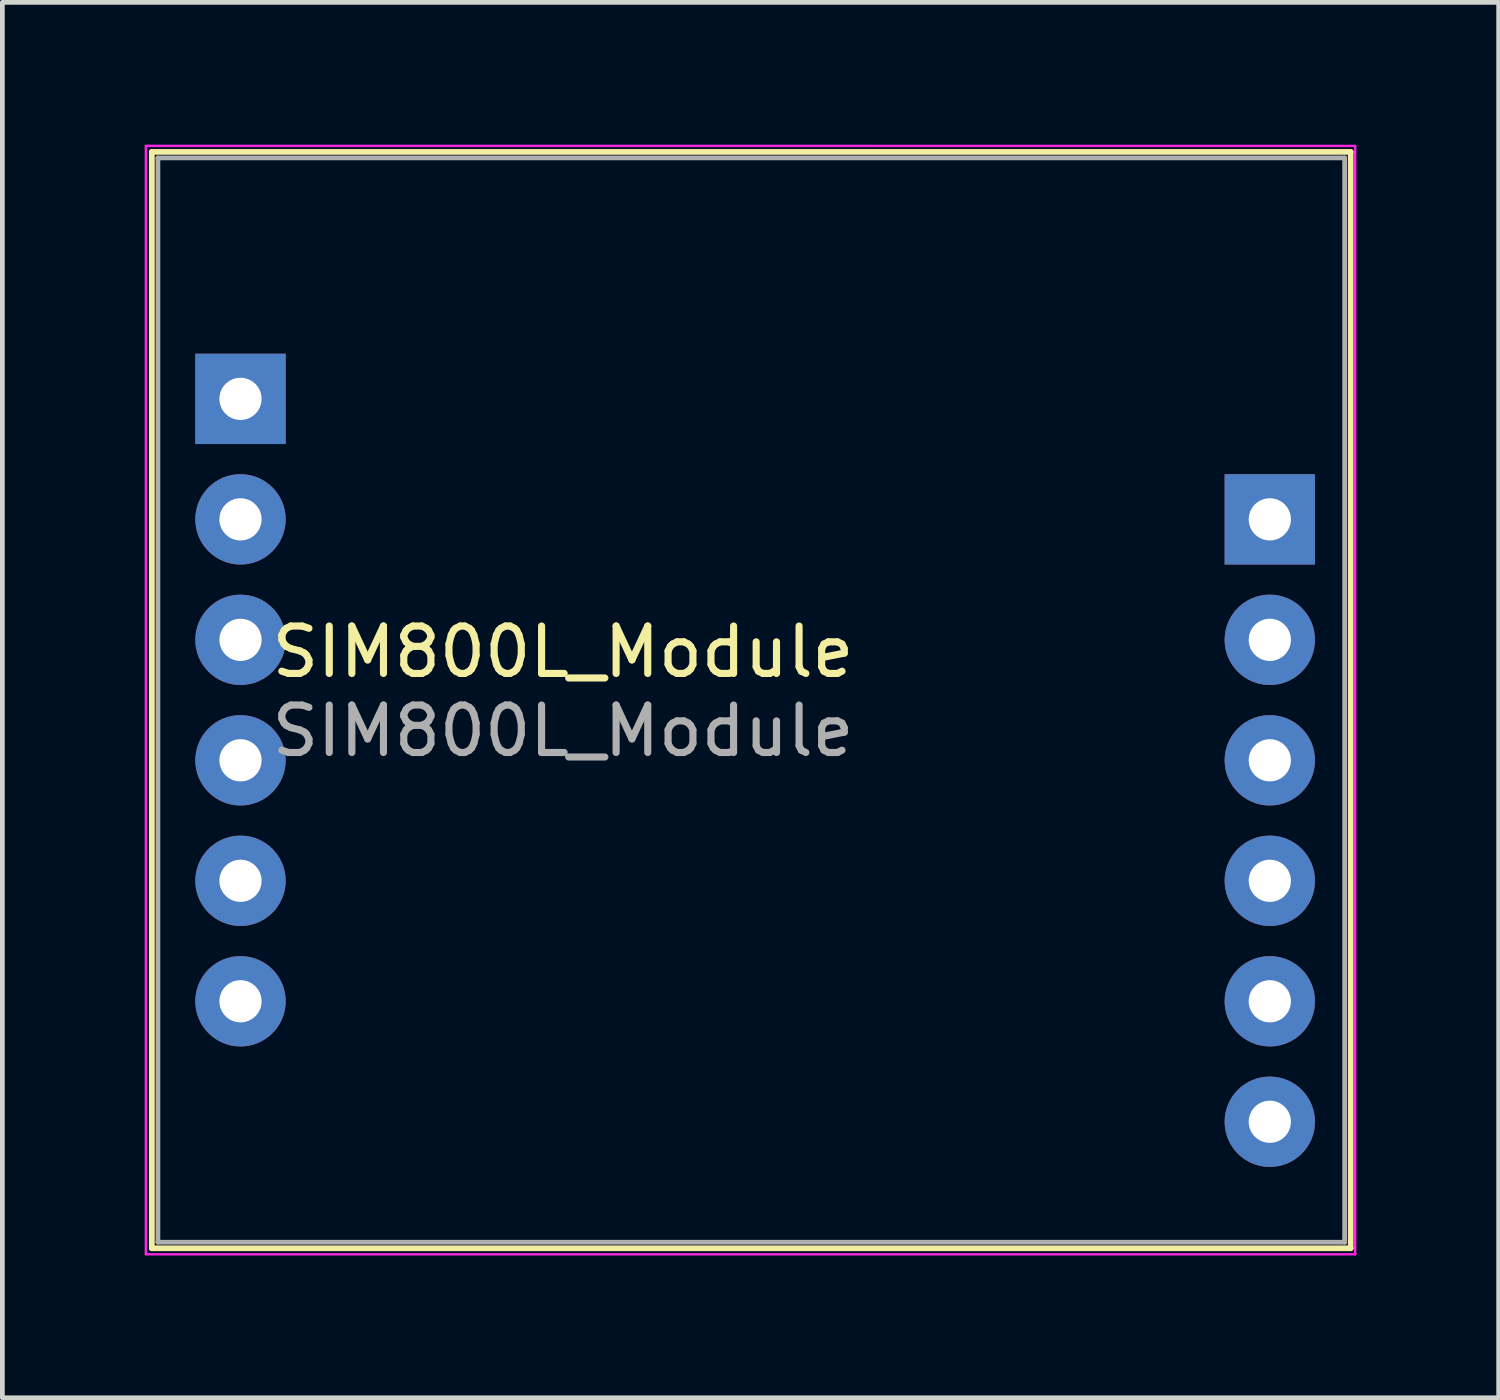
<source format=kicad_pcb>
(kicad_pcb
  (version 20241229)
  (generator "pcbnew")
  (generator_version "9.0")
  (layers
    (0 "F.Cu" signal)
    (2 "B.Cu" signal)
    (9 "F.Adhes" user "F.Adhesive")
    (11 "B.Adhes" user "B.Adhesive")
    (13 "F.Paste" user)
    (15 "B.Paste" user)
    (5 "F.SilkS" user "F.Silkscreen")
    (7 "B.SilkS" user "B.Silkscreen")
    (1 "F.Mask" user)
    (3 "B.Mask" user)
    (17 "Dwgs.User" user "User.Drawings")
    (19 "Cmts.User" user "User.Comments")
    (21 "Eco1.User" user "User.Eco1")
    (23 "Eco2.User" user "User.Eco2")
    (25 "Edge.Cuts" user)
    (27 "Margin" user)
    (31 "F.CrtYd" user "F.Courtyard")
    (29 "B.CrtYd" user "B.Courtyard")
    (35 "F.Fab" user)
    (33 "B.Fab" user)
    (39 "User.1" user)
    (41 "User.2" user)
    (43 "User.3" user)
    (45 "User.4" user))
  (footprint "SIM800L_Module"
    (layer "F.Cu")
    (at 2.02 5.359)
    (property "Reference" "SIM800L_Module" (at 6.8 5.334 0) (layer "F.SilkS") (effects (font (size 1 1) (thickness 0.15))))
    (attr through_hole)
    (fp_line (start -1.868 -5.207) (end -1.868 17.907) (stroke (width 0.12) (type solid)) (layer "F.SilkS"))
    (fp_line (start -1.868 -5.207) (end 23.405 -5.207) (stroke (width 0.12) (type solid)) (layer "F.SilkS"))
    (fp_line (start 23.405 -5.207) (end 23.405 17.907) (stroke (width 0.12) (type solid)) (layer "F.SilkS"))
    (fp_line (start 23.405 17.907) (end -1.868 17.907) (stroke (width 0.12) (type solid)) (layer "F.SilkS"))
    (fp_line (start -1.995 -5.334) (end -1.995 18.034) (stroke (width 0.05) (type solid)) (layer "F.CrtYd"))
    (fp_line (start -1.995 -5.334) (end 23.5 -5.333) (stroke (width 0.05) (type solid)) (layer "F.CrtYd"))
    (fp_line (start 23.5 -5.333) (end 23.5 18.034) (stroke (width 0.05) (type solid)) (layer "F.CrtYd"))
    (fp_line (start 23.5 18.034) (end -1.995 18.034) (stroke (width 0.05) (type solid)) (layer "F.CrtYd"))
    (fp_line (start -1.741 -5.08) (end -1.741 17.78) (stroke (width 0.1) (type solid)) (layer "F.Fab"))
    (fp_line (start -1.741 -5.08) (end 23.278 -5.08) (stroke (width 0.1) (type solid)) (layer "F.Fab"))
    (fp_line (start 23.278 -5.08) (end 23.278 17.78) (stroke (width 0.1) (type solid)) (layer "F.Fab"))
    (fp_line (start 23.278 17.78) (end -1.741 17.78) (stroke (width 0.1) (type solid)) (layer "F.Fab"))
    (fp_text user "${REFERENCE}" (at 6.8 7 0) (layer "F.Fab") (effects (font (size 1 1) (thickness 0.15))))
    (pad "1" thru_hole rect (at 0 0 90) (size 1.905 1.905) (drill 0.89) (layers "*.Cu" "*.Mask"))
    (pad "1" thru_hole rect (at 21.7 2.54 90) (size 1.905 1.905) (drill 0.89) (layers "*.Cu" "*.Mask"))
    (pad "2" thru_hole circle (at 0 2.54 90) (size 1.905 1.905) (drill 0.89) (layers "*.Cu" "*.Mask"))
    (pad "2" thru_hole circle (at 21.7 5.08 90) (size 1.905 1.905) (drill 0.89) (layers "*.Cu" "*.Mask"))
    (pad "3" thru_hole circle (at 0 5.08 90) (size 1.905 1.905) (drill 0.89) (layers "*.Cu" "*.Mask"))
    (pad "3" thru_hole circle (at 21.7 7.62 90) (size 1.905 1.905) (drill 0.89) (layers "*.Cu" "*.Mask"))
    (pad "4" thru_hole circle (at 0 7.62 90) (size 1.905 1.905) (drill 0.89) (layers "*.Cu" "*.Mask"))
    (pad "4" thru_hole circle (at 21.7 10.16 90) (size 1.905 1.905) (drill 0.89) (layers "*.Cu" "*.Mask"))
    (pad "5" thru_hole circle (at 0 10.16 90) (size 1.905 1.905) (drill 0.89) (layers "*.Cu" "*.Mask"))
    (pad "5" thru_hole circle (at 21.7 12.7 90) (size 1.905 1.905) (drill 0.89) (layers "*.Cu" "*.Mask"))
    (pad "6" thru_hole circle (at 0 12.7 90) (size 1.905 1.905) (drill 0.89) (layers "*.Cu" "*.Mask"))
    (pad "6" thru_hole circle (at 21.7 15.24 90) (size 1.905 1.905) (drill 0.89) (layers "*.Cu" "*.Mask")))
  (gr_rect
    (start -3 -3)
    (end 28.545 26.418)
    (stroke (width 0.1) (type default))
    (fill no)
    (layer "Edge.Cuts")))
</source>
